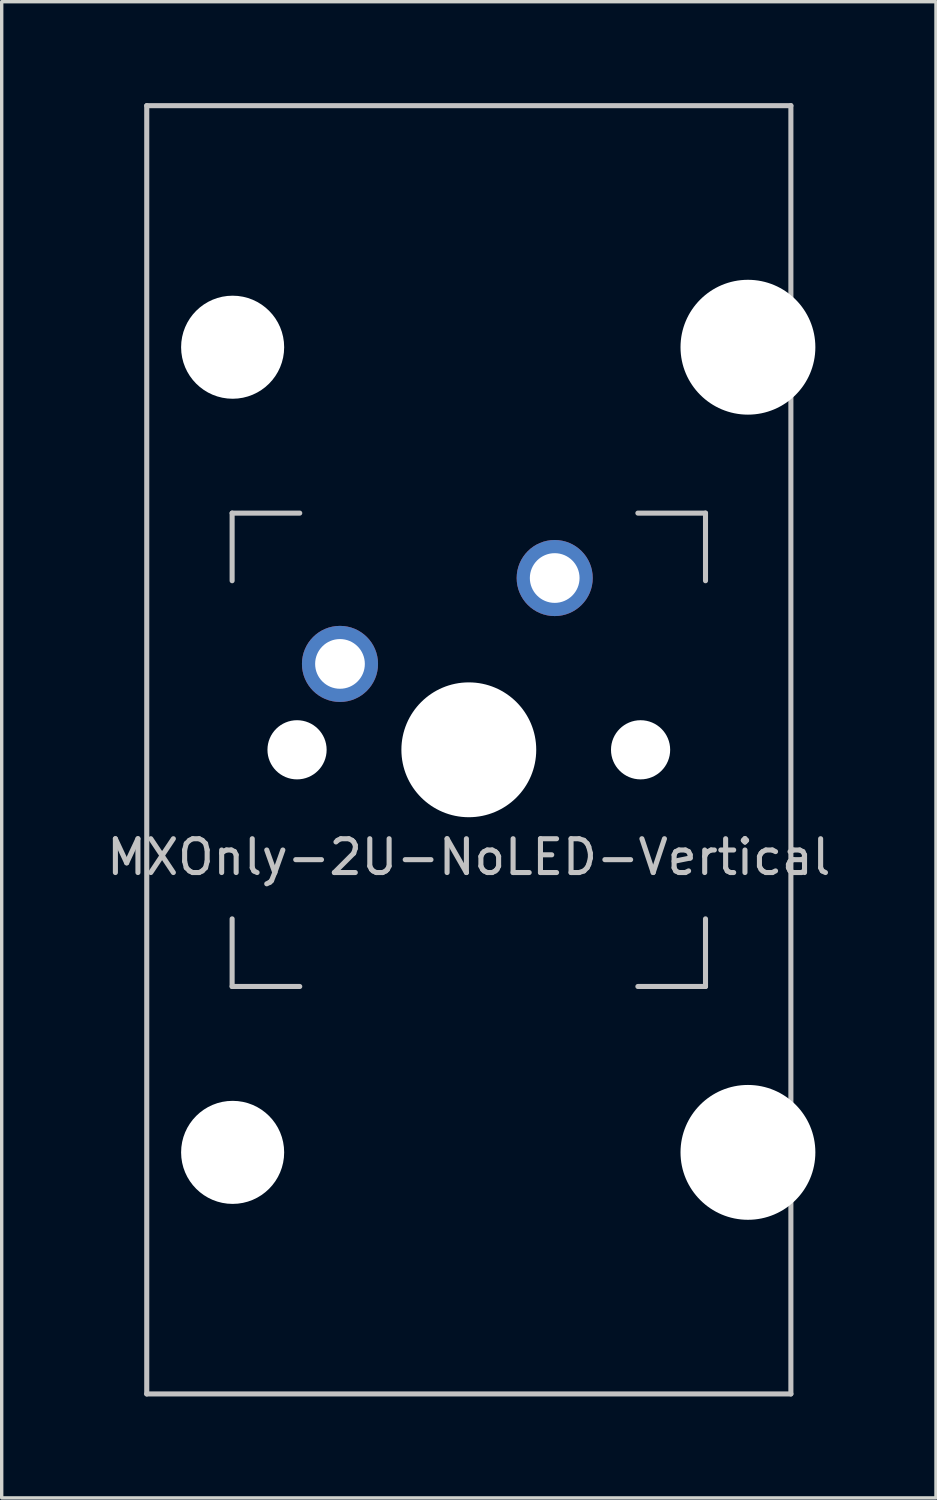
<source format=kicad_pcb>
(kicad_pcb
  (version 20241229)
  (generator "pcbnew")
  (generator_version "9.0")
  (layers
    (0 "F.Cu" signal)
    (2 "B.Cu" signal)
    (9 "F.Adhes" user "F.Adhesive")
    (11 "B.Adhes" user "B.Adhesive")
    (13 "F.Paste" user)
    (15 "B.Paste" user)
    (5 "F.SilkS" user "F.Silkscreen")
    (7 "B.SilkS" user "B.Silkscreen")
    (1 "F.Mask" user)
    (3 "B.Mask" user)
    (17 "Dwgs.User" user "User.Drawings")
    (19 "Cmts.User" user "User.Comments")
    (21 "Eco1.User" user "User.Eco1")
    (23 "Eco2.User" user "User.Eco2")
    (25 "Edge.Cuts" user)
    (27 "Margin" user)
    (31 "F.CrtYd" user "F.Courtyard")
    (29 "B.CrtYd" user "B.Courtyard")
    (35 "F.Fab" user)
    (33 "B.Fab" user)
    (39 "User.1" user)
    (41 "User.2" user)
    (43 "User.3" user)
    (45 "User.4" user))
  (footprint "MXOnly-2U-NoLED-Vertical"
    (layer "F.Cu")
    (at 10.815 19.125)
    (property "Reference" "MXOnly-2U-NoLED-Vertical" (at 0 3.175 0) (layer "Dwgs.User") (effects (font (size 1 1) (thickness 0.15))))
    (attr through_hole)
    (fp_line (start -9.525 -19.05) (end 9.525 -19.05) (stroke (width 0.15) (type solid)) (layer "Dwgs.User"))
    (fp_line (start -9.525 19.05) (end -9.525 -19.05) (stroke (width 0.15) (type solid)) (layer "Dwgs.User"))
    (fp_line (start -7 -7) (end -7 -5) (stroke (width 0.15) (type solid)) (layer "Dwgs.User"))
    (fp_line (start -7 5) (end -7 7) (stroke (width 0.15) (type solid)) (layer "Dwgs.User"))
    (fp_line (start -7 7) (end -5 7) (stroke (width 0.15) (type solid)) (layer "Dwgs.User"))
    (fp_line (start -5 -7) (end -7 -7) (stroke (width 0.15) (type solid)) (layer "Dwgs.User"))
    (fp_line (start 5 -7) (end 7 -7) (stroke (width 0.15) (type solid)) (layer "Dwgs.User"))
    (fp_line (start 5 7) (end 7 7) (stroke (width 0.15) (type solid)) (layer "Dwgs.User"))
    (fp_line (start 7 -7) (end 7 -5) (stroke (width 0.15) (type solid)) (layer "Dwgs.User"))
    (fp_line (start 7 7) (end 7 5) (stroke (width 0.15) (type solid)) (layer "Dwgs.User"))
    (fp_line (start 9.525 19.05) (end -9.525 19.05) (stroke (width 0.15) (type solid)) (layer "Dwgs.User"))
    (fp_line (start 9.525 19.05) (end 9.525 -19.05) (stroke (width 0.15) (type solid)) (layer "Dwgs.User"))
    (pad "" np_thru_hole circle (at -6.985 -11.906 90) (size 3.048 3.048) (drill 3.048) (layers "*.Cu" "*.Mask"))
    (pad "" np_thru_hole circle (at -6.985 11.906 90) (size 3.048 3.048) (drill 3.048) (layers "*.Cu" "*.Mask"))
    (pad "" np_thru_hole circle (at -5.08 0 48.1) (size 1.75 1.75) (drill 1.75) (layers "*.Cu" "*.Mask"))
    (pad "" np_thru_hole circle (at 0 0) (size 3.988 3.988) (drill 3.988) (layers "*.Cu" "*.Mask"))
    (pad "" np_thru_hole circle (at 5.08 0 48.1) (size 1.75 1.75) (drill 1.75) (layers "*.Cu" "*.Mask"))
    (pad "" np_thru_hole circle (at 8.255 -11.906 90) (size 3.988 3.988) (drill 3.988) (layers "*.Cu" "*.Mask"))
    (pad "" np_thru_hole circle (at 8.255 11.906 90) (size 3.988 3.988) (drill 3.988) (layers "*.Cu" "*.Mask"))
    (pad "1" thru_hole circle (at -3.81 -2.54) (size 2.25 2.25) (drill 1.47) (layers "*.Cu" "B.Mask"))
    (pad "2" thru_hole circle (at 2.54 -5.08) (size 2.25 2.25) (drill 1.47) (layers "*.Cu" "B.Mask")))
  (gr_rect
    (start -3 -3)
    (end 24.631 41.25)
    (stroke (width 0.1) (type default))
    (fill no)
    (layer "Edge.Cuts")))
</source>
